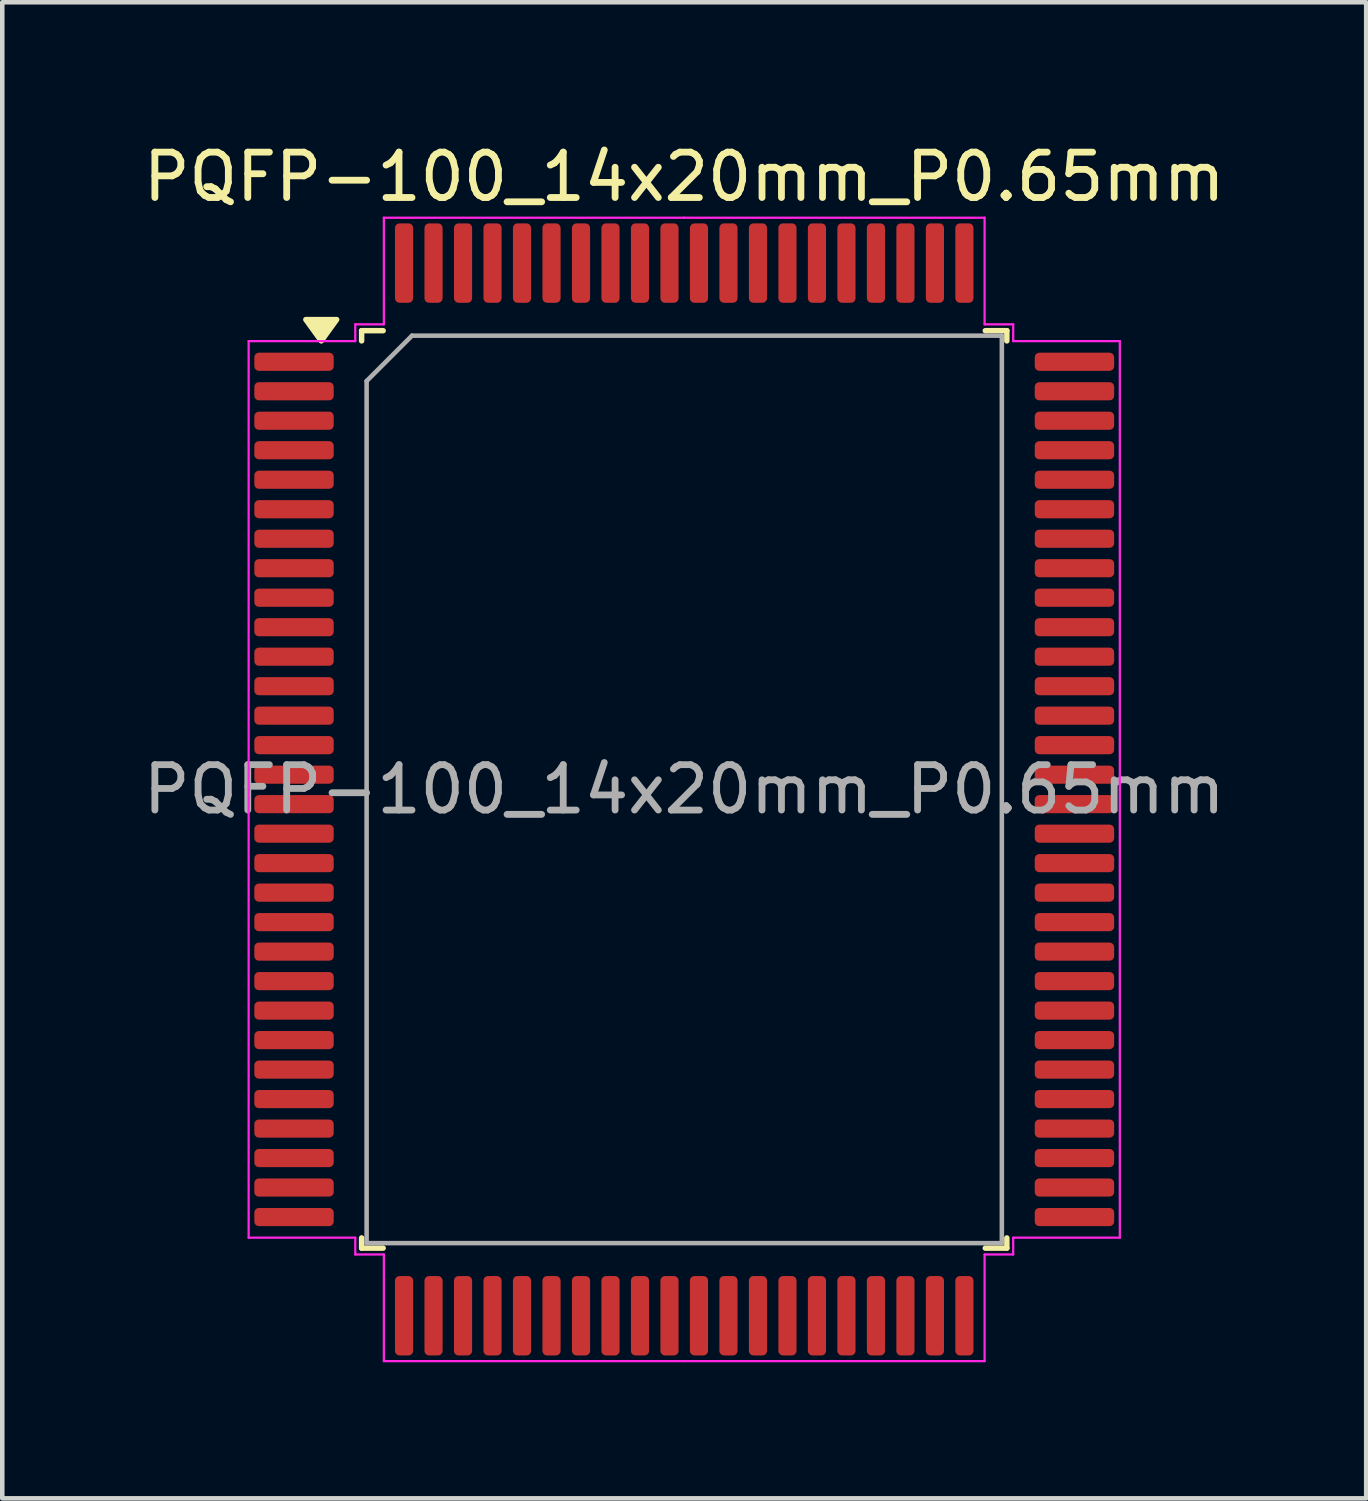
<source format=kicad_pcb>
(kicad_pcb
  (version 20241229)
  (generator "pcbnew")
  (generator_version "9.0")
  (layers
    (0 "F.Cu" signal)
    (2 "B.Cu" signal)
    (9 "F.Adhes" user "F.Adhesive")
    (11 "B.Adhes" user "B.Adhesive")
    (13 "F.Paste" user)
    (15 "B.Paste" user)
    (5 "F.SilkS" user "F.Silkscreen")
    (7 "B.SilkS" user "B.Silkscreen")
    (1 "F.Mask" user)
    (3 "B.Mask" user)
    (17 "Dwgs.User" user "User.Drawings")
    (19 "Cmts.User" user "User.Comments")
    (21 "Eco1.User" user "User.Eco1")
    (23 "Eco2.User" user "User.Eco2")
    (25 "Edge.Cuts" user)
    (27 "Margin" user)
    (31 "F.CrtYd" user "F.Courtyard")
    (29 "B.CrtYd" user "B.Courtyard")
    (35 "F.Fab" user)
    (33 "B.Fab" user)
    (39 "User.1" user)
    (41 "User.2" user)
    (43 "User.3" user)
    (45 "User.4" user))
  (footprint "PQFP-100_14x20mm_P0.65mm"
    (layer "F.Cu")
    (at 12.03 14.348)
    (property "Reference" "PQFP-100_14x20mm_P0.65mm" (at 0 -13.5 0) (layer "F.SilkS") (effects (font (size 1 1) (thickness 0.15))))
    (attr smd allow_soldermask_bridges)
    (fp_line (start -7.11 -10.11) (end -7.11 -9.885) (stroke (width 0.12) (type solid)) (layer "F.SilkS"))
    (fp_line (start -7.11 10.11) (end -7.11 9.885) (stroke (width 0.12) (type solid)) (layer "F.SilkS"))
    (fp_line (start -6.635 -10.11) (end -7.11 -10.11) (stroke (width 0.12) (type solid)) (layer "F.SilkS"))
    (fp_line (start -6.635 10.11) (end -7.11 10.11) (stroke (width 0.12) (type solid)) (layer "F.SilkS"))
    (fp_line (start 6.635 -10.11) (end 7.11 -10.11) (stroke (width 0.12) (type solid)) (layer "F.SilkS"))
    (fp_line (start 6.635 10.11) (end 7.11 10.11) (stroke (width 0.12) (type solid)) (layer "F.SilkS"))
    (fp_line (start 7.11 -10.11) (end 7.11 -9.885) (stroke (width 0.12) (type solid)) (layer "F.SilkS"))
    (fp_line (start 7.11 10.11) (end 7.11 9.885) (stroke (width 0.12) (type solid)) (layer "F.SilkS"))
    (fp_poly (pts (xy -8 -9.885) (xy -8.34 -10.355) (xy -7.66 -10.355) (xy -8 -9.885)) (stroke (width 0.12) (type solid)) (fill yes) (layer "F.SilkS"))
    (fp_line (start -9.6 -9.88) (end -9.6 0) (stroke (width 0.05) (type solid)) (layer "F.CrtYd"))
    (fp_line (start -9.6 9.88) (end -9.6 0) (stroke (width 0.05) (type solid)) (layer "F.CrtYd"))
    (fp_line (start -7.25 -10.25) (end -7.25 -9.88) (stroke (width 0.05) (type solid)) (layer "F.CrtYd"))
    (fp_line (start -7.25 -9.88) (end -9.6 -9.88) (stroke (width 0.05) (type solid)) (layer "F.CrtYd"))
    (fp_line (start -7.25 9.88) (end -9.6 9.88) (stroke (width 0.05) (type solid)) (layer "F.CrtYd"))
    (fp_line (start -7.25 10.25) (end -7.25 9.88) (stroke (width 0.05) (type solid)) (layer "F.CrtYd"))
    (fp_line (start -6.62 -12.6) (end -6.62 -10.25) (stroke (width 0.05) (type solid)) (layer "F.CrtYd"))
    (fp_line (start -6.62 -10.25) (end -7.25 -10.25) (stroke (width 0.05) (type solid)) (layer "F.CrtYd"))
    (fp_line (start -6.62 10.25) (end -7.25 10.25) (stroke (width 0.05) (type solid)) (layer "F.CrtYd"))
    (fp_line (start -6.62 12.6) (end -6.62 10.25) (stroke (width 0.05) (type solid)) (layer "F.CrtYd"))
    (fp_line (start 0 -12.6) (end -6.62 -12.6) (stroke (width 0.05) (type solid)) (layer "F.CrtYd"))
    (fp_line (start 0 -12.6) (end 6.62 -12.6) (stroke (width 0.05) (type solid)) (layer "F.CrtYd"))
    (fp_line (start 0 12.6) (end -6.62 12.6) (stroke (width 0.05) (type solid)) (layer "F.CrtYd"))
    (fp_line (start 0 12.6) (end 6.62 12.6) (stroke (width 0.05) (type solid)) (layer "F.CrtYd"))
    (fp_line (start 6.62 -12.6) (end 6.62 -10.25) (stroke (width 0.05) (type solid)) (layer "F.CrtYd"))
    (fp_line (start 6.62 -10.25) (end 7.25 -10.25) (stroke (width 0.05) (type solid)) (layer "F.CrtYd"))
    (fp_line (start 6.62 10.25) (end 7.25 10.25) (stroke (width 0.05) (type solid)) (layer "F.CrtYd"))
    (fp_line (start 6.62 12.6) (end 6.62 10.25) (stroke (width 0.05) (type solid)) (layer "F.CrtYd"))
    (fp_line (start 7.25 -10.25) (end 7.25 -9.88) (stroke (width 0.05) (type solid)) (layer "F.CrtYd"))
    (fp_line (start 7.25 -9.88) (end 9.6 -9.88) (stroke (width 0.05) (type solid)) (layer "F.CrtYd"))
    (fp_line (start 7.25 9.88) (end 9.6 9.88) (stroke (width 0.05) (type solid)) (layer "F.CrtYd"))
    (fp_line (start 7.25 10.25) (end 7.25 9.88) (stroke (width 0.05) (type solid)) (layer "F.CrtYd"))
    (fp_line (start 9.6 -9.88) (end 9.6 0) (stroke (width 0.05) (type solid)) (layer "F.CrtYd"))
    (fp_line (start 9.6 9.88) (end 9.6 0) (stroke (width 0.05) (type solid)) (layer "F.CrtYd"))
    (fp_line (start -7 -9) (end -6 -10) (stroke (width 0.1) (type solid)) (layer "F.Fab"))
    (fp_line (start -7 10) (end -7 -9) (stroke (width 0.1) (type solid)) (layer "F.Fab"))
    (fp_line (start -6 -10) (end 7 -10) (stroke (width 0.1) (type solid)) (layer "F.Fab"))
    (fp_line (start 7 -10) (end 7 10) (stroke (width 0.1) (type solid)) (layer "F.Fab"))
    (fp_line (start 7 10) (end -7 10) (stroke (width 0.1) (type solid)) (layer "F.Fab"))
    (fp_text user "${REFERENCE}" (at 0 0 0) (layer "F.Fab") (effects (font (size 1 1) (thickness 0.15))))
    (pad "1" smd roundrect (at -8.6 -9.425) (size 1.75 0.4) (layers "F.Cu" "F.Mask" "F.Paste") (roundrect_rratio 0.25))
    (pad "2" smd roundrect (at -8.6 -8.775) (size 1.75 0.4) (layers "F.Cu" "F.Mask" "F.Paste") (roundrect_rratio 0.25))
    (pad "3" smd roundrect (at -8.6 -8.125) (size 1.75 0.4) (layers "F.Cu" "F.Mask" "F.Paste") (roundrect_rratio 0.25))
    (pad "4" smd roundrect (at -8.6 -7.475) (size 1.75 0.4) (layers "F.Cu" "F.Mask" "F.Paste") (roundrect_rratio 0.25))
    (pad "5" smd roundrect (at -8.6 -6.825) (size 1.75 0.4) (layers "F.Cu" "F.Mask" "F.Paste") (roundrect_rratio 0.25))
    (pad "6" smd roundrect (at -8.6 -6.175) (size 1.75 0.4) (layers "F.Cu" "F.Mask" "F.Paste") (roundrect_rratio 0.25))
    (pad "7" smd roundrect (at -8.6 -5.525) (size 1.75 0.4) (layers "F.Cu" "F.Mask" "F.Paste") (roundrect_rratio 0.25))
    (pad "8" smd roundrect (at -8.6 -4.875) (size 1.75 0.4) (layers "F.Cu" "F.Mask" "F.Paste") (roundrect_rratio 0.25))
    (pad "9" smd roundrect (at -8.6 -4.225) (size 1.75 0.4) (layers "F.Cu" "F.Mask" "F.Paste") (roundrect_rratio 0.25))
    (pad "10" smd roundrect (at -8.6 -3.575) (size 1.75 0.4) (layers "F.Cu" "F.Mask" "F.Paste") (roundrect_rratio 0.25))
    (pad "11" smd roundrect (at -8.6 -2.925) (size 1.75 0.4) (layers "F.Cu" "F.Mask" "F.Paste") (roundrect_rratio 0.25))
    (pad "12" smd roundrect (at -8.6 -2.275) (size 1.75 0.4) (layers "F.Cu" "F.Mask" "F.Paste") (roundrect_rratio 0.25))
    (pad "13" smd roundrect (at -8.6 -1.625) (size 1.75 0.4) (layers "F.Cu" "F.Mask" "F.Paste") (roundrect_rratio 0.25))
    (pad "14" smd roundrect (at -8.6 -0.975) (size 1.75 0.4) (layers "F.Cu" "F.Mask" "F.Paste") (roundrect_rratio 0.25))
    (pad "15" smd roundrect (at -8.6 -0.325) (size 1.75 0.4) (layers "F.Cu" "F.Mask" "F.Paste") (roundrect_rratio 0.25))
    (pad "16" smd roundrect (at -8.6 0.325) (size 1.75 0.4) (layers "F.Cu" "F.Mask" "F.Paste") (roundrect_rratio 0.25))
    (pad "17" smd roundrect (at -8.6 0.975) (size 1.75 0.4) (layers "F.Cu" "F.Mask" "F.Paste") (roundrect_rratio 0.25))
    (pad "18" smd roundrect (at -8.6 1.625) (size 1.75 0.4) (layers "F.Cu" "F.Mask" "F.Paste") (roundrect_rratio 0.25))
    (pad "19" smd roundrect (at -8.6 2.275) (size 1.75 0.4) (layers "F.Cu" "F.Mask" "F.Paste") (roundrect_rratio 0.25))
    (pad "20" smd roundrect (at -8.6 2.925) (size 1.75 0.4) (layers "F.Cu" "F.Mask" "F.Paste") (roundrect_rratio 0.25))
    (pad "21" smd roundrect (at -8.6 3.575) (size 1.75 0.4) (layers "F.Cu" "F.Mask" "F.Paste") (roundrect_rratio 0.25))
    (pad "22" smd roundrect (at -8.6 4.225) (size 1.75 0.4) (layers "F.Cu" "F.Mask" "F.Paste") (roundrect_rratio 0.25))
    (pad "23" smd roundrect (at -8.6 4.875) (size 1.75 0.4) (layers "F.Cu" "F.Mask" "F.Paste") (roundrect_rratio 0.25))
    (pad "24" smd roundrect (at -8.6 5.525) (size 1.75 0.4) (layers "F.Cu" "F.Mask" "F.Paste") (roundrect_rratio 0.25))
    (pad "25" smd roundrect (at -8.6 6.175) (size 1.75 0.4) (layers "F.Cu" "F.Mask" "F.Paste") (roundrect_rratio 0.25))
    (pad "26" smd roundrect (at -8.6 6.825) (size 1.75 0.4) (layers "F.Cu" "F.Mask" "F.Paste") (roundrect_rratio 0.25))
    (pad "27" smd roundrect (at -8.6 7.475) (size 1.75 0.4) (layers "F.Cu" "F.Mask" "F.Paste") (roundrect_rratio 0.25))
    (pad "28" smd roundrect (at -8.6 8.125) (size 1.75 0.4) (layers "F.Cu" "F.Mask" "F.Paste") (roundrect_rratio 0.25))
    (pad "29" smd roundrect (at -8.6 8.775) (size 1.75 0.4) (layers "F.Cu" "F.Mask" "F.Paste") (roundrect_rratio 0.25))
    (pad "30" smd roundrect (at -8.6 9.425) (size 1.75 0.4) (layers "F.Cu" "F.Mask" "F.Paste") (roundrect_rratio 0.25))
    (pad "31" smd roundrect (at -6.175 11.6) (size 0.4 1.75) (layers "F.Cu" "F.Mask" "F.Paste") (roundrect_rratio 0.25))
    (pad "32" smd roundrect (at -5.525 11.6) (size 0.4 1.75) (layers "F.Cu" "F.Mask" "F.Paste") (roundrect_rratio 0.25))
    (pad "33" smd roundrect (at -4.875 11.6) (size 0.4 1.75) (layers "F.Cu" "F.Mask" "F.Paste") (roundrect_rratio 0.25))
    (pad "34" smd roundrect (at -4.225 11.6) (size 0.4 1.75) (layers "F.Cu" "F.Mask" "F.Paste") (roundrect_rratio 0.25))
    (pad "35" smd roundrect (at -3.575 11.6) (size 0.4 1.75) (layers "F.Cu" "F.Mask" "F.Paste") (roundrect_rratio 0.25))
    (pad "36" smd roundrect (at -2.925 11.6) (size 0.4 1.75) (layers "F.Cu" "F.Mask" "F.Paste") (roundrect_rratio 0.25))
    (pad "37" smd roundrect (at -2.275 11.6) (size 0.4 1.75) (layers "F.Cu" "F.Mask" "F.Paste") (roundrect_rratio 0.25))
    (pad "38" smd roundrect (at -1.625 11.6) (size 0.4 1.75) (layers "F.Cu" "F.Mask" "F.Paste") (roundrect_rratio 0.25))
    (pad "39" smd roundrect (at -0.975 11.6) (size 0.4 1.75) (layers "F.Cu" "F.Mask" "F.Paste") (roundrect_rratio 0.25))
    (pad "40" smd roundrect (at -0.325 11.6) (size 0.4 1.75) (layers "F.Cu" "F.Mask" "F.Paste") (roundrect_rratio 0.25))
    (pad "41" smd roundrect (at 0.325 11.6) (size 0.4 1.75) (layers "F.Cu" "F.Mask" "F.Paste") (roundrect_rratio 0.25))
    (pad "42" smd roundrect (at 0.975 11.6) (size 0.4 1.75) (layers "F.Cu" "F.Mask" "F.Paste") (roundrect_rratio 0.25))
    (pad "43" smd roundrect (at 1.625 11.6) (size 0.4 1.75) (layers "F.Cu" "F.Mask" "F.Paste") (roundrect_rratio 0.25))
    (pad "44" smd roundrect (at 2.275 11.6) (size 0.4 1.75) (layers "F.Cu" "F.Mask" "F.Paste") (roundrect_rratio 0.25))
    (pad "45" smd roundrect (at 2.925 11.6) (size 0.4 1.75) (layers "F.Cu" "F.Mask" "F.Paste") (roundrect_rratio 0.25))
    (pad "46" smd roundrect (at 3.575 11.6) (size 0.4 1.75) (layers "F.Cu" "F.Mask" "F.Paste") (roundrect_rratio 0.25))
    (pad "47" smd roundrect (at 4.225 11.6) (size 0.4 1.75) (layers "F.Cu" "F.Mask" "F.Paste") (roundrect_rratio 0.25))
    (pad "48" smd roundrect (at 4.875 11.6) (size 0.4 1.75) (layers "F.Cu" "F.Mask" "F.Paste") (roundrect_rratio 0.25))
    (pad "49" smd roundrect (at 5.525 11.6) (size 0.4 1.75) (layers "F.Cu" "F.Mask" "F.Paste") (roundrect_rratio 0.25))
    (pad "50" smd roundrect (at 6.175 11.6) (size 0.4 1.75) (layers "F.Cu" "F.Mask" "F.Paste") (roundrect_rratio 0.25))
    (pad "51" smd roundrect (at 8.6 9.425) (size 1.75 0.4) (layers "F.Cu" "F.Mask" "F.Paste") (roundrect_rratio 0.25))
    (pad "52" smd roundrect (at 8.6 8.775) (size 1.75 0.4) (layers "F.Cu" "F.Mask" "F.Paste") (roundrect_rratio 0.25))
    (pad "53" smd roundrect (at 8.6 8.125) (size 1.75 0.4) (layers "F.Cu" "F.Mask" "F.Paste") (roundrect_rratio 0.25))
    (pad "54" smd roundrect (at 8.6 7.475) (size 1.75 0.4) (layers "F.Cu" "F.Mask" "F.Paste") (roundrect_rratio 0.25))
    (pad "55" smd roundrect (at 8.6 6.825) (size 1.75 0.4) (layers "F.Cu" "F.Mask" "F.Paste") (roundrect_rratio 0.25))
    (pad "56" smd roundrect (at 8.6 6.175) (size 1.75 0.4) (layers "F.Cu" "F.Mask" "F.Paste") (roundrect_rratio 0.25))
    (pad "57" smd roundrect (at 8.6 5.525) (size 1.75 0.4) (layers "F.Cu" "F.Mask" "F.Paste") (roundrect_rratio 0.25))
    (pad "58" smd roundrect (at 8.6 4.875) (size 1.75 0.4) (layers "F.Cu" "F.Mask" "F.Paste") (roundrect_rratio 0.25))
    (pad "59" smd roundrect (at 8.6 4.225) (size 1.75 0.4) (layers "F.Cu" "F.Mask" "F.Paste") (roundrect_rratio 0.25))
    (pad "60" smd roundrect (at 8.6 3.575) (size 1.75 0.4) (layers "F.Cu" "F.Mask" "F.Paste") (roundrect_rratio 0.25))
    (pad "61" smd roundrect (at 8.6 2.925) (size 1.75 0.4) (layers "F.Cu" "F.Mask" "F.Paste") (roundrect_rratio 0.25))
    (pad "62" smd roundrect (at 8.6 2.275) (size 1.75 0.4) (layers "F.Cu" "F.Mask" "F.Paste") (roundrect_rratio 0.25))
    (pad "63" smd roundrect (at 8.6 1.625) (size 1.75 0.4) (layers "F.Cu" "F.Mask" "F.Paste") (roundrect_rratio 0.25))
    (pad "64" smd roundrect (at 8.6 0.975) (size 1.75 0.4) (layers "F.Cu" "F.Mask" "F.Paste") (roundrect_rratio 0.25))
    (pad "65" smd roundrect (at 8.6 0.325) (size 1.75 0.4) (layers "F.Cu" "F.Mask" "F.Paste") (roundrect_rratio 0.25))
    (pad "66" smd roundrect (at 8.6 -0.325) (size 1.75 0.4) (layers "F.Cu" "F.Mask" "F.Paste") (roundrect_rratio 0.25))
    (pad "67" smd roundrect (at 8.6 -0.975) (size 1.75 0.4) (layers "F.Cu" "F.Mask" "F.Paste") (roundrect_rratio 0.25))
    (pad "68" smd roundrect (at 8.6 -1.625) (size 1.75 0.4) (layers "F.Cu" "F.Mask" "F.Paste") (roundrect_rratio 0.25))
    (pad "69" smd roundrect (at 8.6 -2.275) (size 1.75 0.4) (layers "F.Cu" "F.Mask" "F.Paste") (roundrect_rratio 0.25))
    (pad "70" smd roundrect (at 8.6 -2.925) (size 1.75 0.4) (layers "F.Cu" "F.Mask" "F.Paste") (roundrect_rratio 0.25))
    (pad "71" smd roundrect (at 8.6 -3.575) (size 1.75 0.4) (layers "F.Cu" "F.Mask" "F.Paste") (roundrect_rratio 0.25))
    (pad "72" smd roundrect (at 8.6 -4.225) (size 1.75 0.4) (layers "F.Cu" "F.Mask" "F.Paste") (roundrect_rratio 0.25))
    (pad "73" smd roundrect (at 8.6 -4.875) (size 1.75 0.4) (layers "F.Cu" "F.Mask" "F.Paste") (roundrect_rratio 0.25))
    (pad "74" smd roundrect (at 8.6 -5.525) (size 1.75 0.4) (layers "F.Cu" "F.Mask" "F.Paste") (roundrect_rratio 0.25))
    (pad "75" smd roundrect (at 8.6 -6.175) (size 1.75 0.4) (layers "F.Cu" "F.Mask" "F.Paste") (roundrect_rratio 0.25))
    (pad "76" smd roundrect (at 8.6 -6.825) (size 1.75 0.4) (layers "F.Cu" "F.Mask" "F.Paste") (roundrect_rratio 0.25))
    (pad "77" smd roundrect (at 8.6 -7.475) (size 1.75 0.4) (layers "F.Cu" "F.Mask" "F.Paste") (roundrect_rratio 0.25))
    (pad "78" smd roundrect (at 8.6 -8.125) (size 1.75 0.4) (layers "F.Cu" "F.Mask" "F.Paste") (roundrect_rratio 0.25))
    (pad "79" smd roundrect (at 8.6 -8.775) (size 1.75 0.4) (layers "F.Cu" "F.Mask" "F.Paste") (roundrect_rratio 0.25))
    (pad "80" smd roundrect (at 8.6 -9.425) (size 1.75 0.4) (layers "F.Cu" "F.Mask" "F.Paste") (roundrect_rratio 0.25))
    (pad "81" smd roundrect (at 6.175 -11.6) (size 0.4 1.75) (layers "F.Cu" "F.Mask" "F.Paste") (roundrect_rratio 0.25))
    (pad "82" smd roundrect (at 5.525 -11.6) (size 0.4 1.75) (layers "F.Cu" "F.Mask" "F.Paste") (roundrect_rratio 0.25))
    (pad "83" smd roundrect (at 4.875 -11.6) (size 0.4 1.75) (layers "F.Cu" "F.Mask" "F.Paste") (roundrect_rratio 0.25))
    (pad "84" smd roundrect (at 4.225 -11.6) (size 0.4 1.75) (layers "F.Cu" "F.Mask" "F.Paste") (roundrect_rratio 0.25))
    (pad "85" smd roundrect (at 3.575 -11.6) (size 0.4 1.75) (layers "F.Cu" "F.Mask" "F.Paste") (roundrect_rratio 0.25))
    (pad "86" smd roundrect (at 2.925 -11.6) (size 0.4 1.75) (layers "F.Cu" "F.Mask" "F.Paste") (roundrect_rratio 0.25))
    (pad "87" smd roundrect (at 2.275 -11.6) (size 0.4 1.75) (layers "F.Cu" "F.Mask" "F.Paste") (roundrect_rratio 0.25))
    (pad "88" smd roundrect (at 1.625 -11.6) (size 0.4 1.75) (layers "F.Cu" "F.Mask" "F.Paste") (roundrect_rratio 0.25))
    (pad "89" smd roundrect (at 0.975 -11.6) (size 0.4 1.75) (layers "F.Cu" "F.Mask" "F.Paste") (roundrect_rratio 0.25))
    (pad "90" smd roundrect (at 0.325 -11.6) (size 0.4 1.75) (layers "F.Cu" "F.Mask" "F.Paste") (roundrect_rratio 0.25))
    (pad "91" smd roundrect (at -0.325 -11.6) (size 0.4 1.75) (layers "F.Cu" "F.Mask" "F.Paste") (roundrect_rratio 0.25))
    (pad "92" smd roundrect (at -0.975 -11.6) (size 0.4 1.75) (layers "F.Cu" "F.Mask" "F.Paste") (roundrect_rratio 0.25))
    (pad "93" smd roundrect (at -1.625 -11.6) (size 0.4 1.75) (layers "F.Cu" "F.Mask" "F.Paste") (roundrect_rratio 0.25))
    (pad "94" smd roundrect (at -2.275 -11.6) (size 0.4 1.75) (layers "F.Cu" "F.Mask" "F.Paste") (roundrect_rratio 0.25))
    (pad "95" smd roundrect (at -2.925 -11.6) (size 0.4 1.75) (layers "F.Cu" "F.Mask" "F.Paste") (roundrect_rratio 0.25))
    (pad "96" smd roundrect (at -3.575 -11.6) (size 0.4 1.75) (layers "F.Cu" "F.Mask" "F.Paste") (roundrect_rratio 0.25))
    (pad "97" smd roundrect (at -4.225 -11.6) (size 0.4 1.75) (layers "F.Cu" "F.Mask" "F.Paste") (roundrect_rratio 0.25))
    (pad "98" smd roundrect (at -4.875 -11.6) (size 0.4 1.75) (layers "F.Cu" "F.Mask" "F.Paste") (roundrect_rratio 0.25))
    (pad "99" smd roundrect (at -5.525 -11.6) (size 0.4 1.75) (layers "F.Cu" "F.Mask" "F.Paste") (roundrect_rratio 0.25))
    (pad "100" smd roundrect (at -6.175 -11.6) (size 0.4 1.75) (layers "F.Cu" "F.Mask" "F.Paste") (roundrect_rratio 0.25)))
  (gr_rect
    (start -3 -3)
    (end 27.06 29.973)
    (stroke (width 0.1) (type default))
    (fill no)
    (layer "Edge.Cuts")))
</source>
